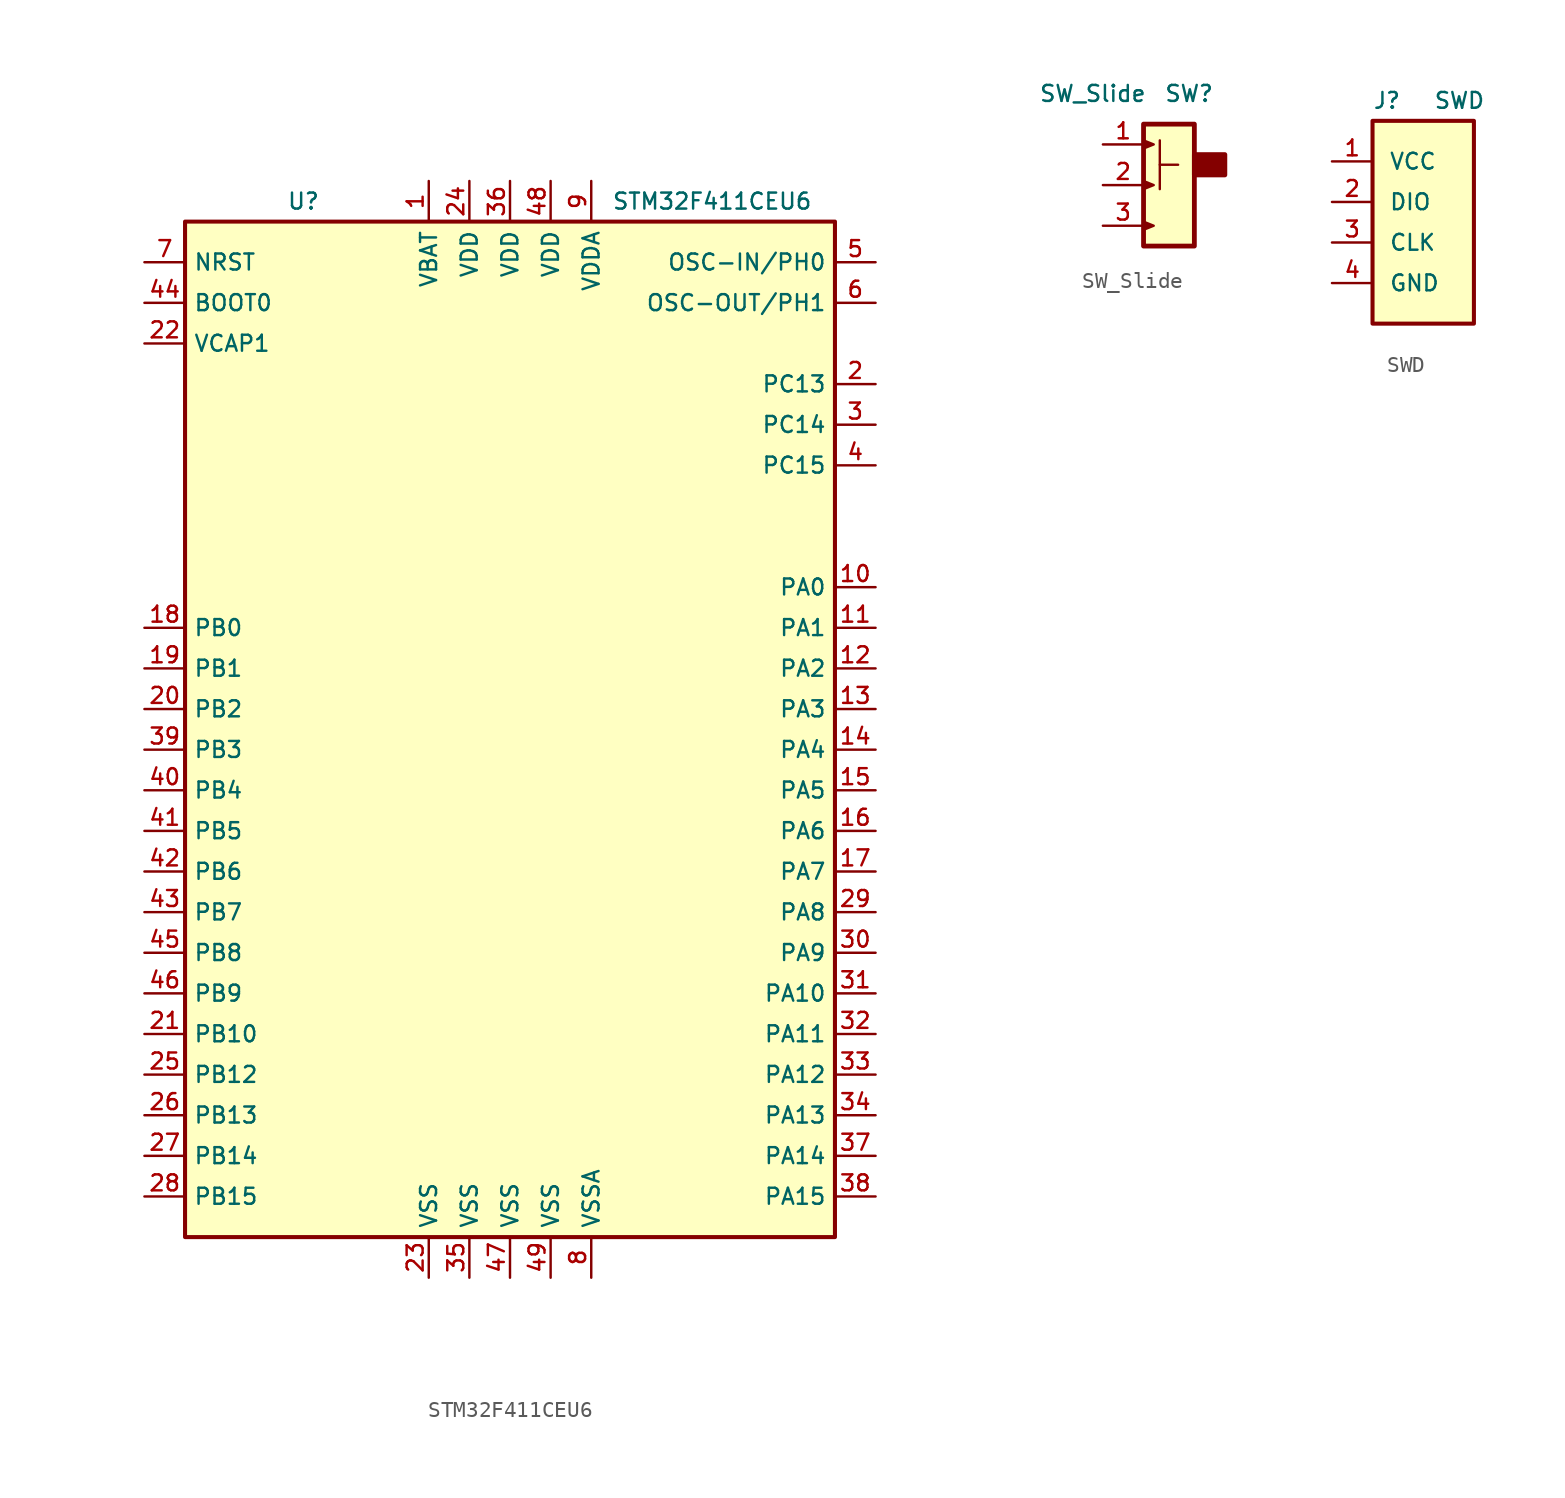
<source format=kicad_sym>
(kicad_symbol_lib
  (version 20201005)
  (generator kicad_symbol_editor)
  (symbol "HD_LibDB:STM32F411CEU6"
    (property "Reference" "U"
      (at -13.97 26.67 0)
      (effects (font (size 1 1)) (justify left)))
    (property "Value" "STM32F411CEU6"
      (at 6.35 26.67 0)
      (effects (font (size 1 1)) (justify left)))
    (symbol "STM32F411CEU6_0_1"
      (rectangle (start -20.32 25.4) (end 20.32 -38.1) (stroke (width 0.254)) (fill (type background))))
    (symbol "STM32F411CEU6_1_1"
      (pin input line (at -22.86 20.32 0) (length 2.54) (name "BOOT0" (effects (font (size 1 1)))) (number "44" (effects (font (size 1 1)))))
      (pin input line (at -22.86 22.86 0) (length 2.54) (name "NRST" (effects (font (size 1 1)))) (number "7" (effects (font (size 1 1)))))
      (pin bidirectional line (at 22.86 2.54 180) (length 2.54) (name "PA0" (effects (font (size 1 1)))) (number "10" (effects (font (size 1 1)))))
      (pin bidirectional line (at 22.86 0 180) (length 2.54) (name "PA1" (effects (font (size 1 1)))) (number "11" (effects (font (size 1 1)))))
      (pin bidirectional line (at 22.86 -22.86 180) (length 2.54) (name "PA10" (effects (font (size 1 1)))) (number "31" (effects (font (size 1 1)))))
      (pin bidirectional line (at 22.86 -25.4 180) (length 2.54) (name "PA11" (effects (font (size 1 1)))) (number "32" (effects (font (size 1 1)))))
      (pin bidirectional line (at 22.86 -27.94 180) (length 2.54) (name "PA12" (effects (font (size 1 1)))) (number "33" (effects (font (size 1 1)))))
      (pin bidirectional line (at 22.86 -30.48 180) (length 2.54) (name "PA13" (effects (font (size 1 1)))) (number "34" (effects (font (size 1 1)))))
      (pin bidirectional line (at 22.86 -33.02 180) (length 2.54) (name "PA14" (effects (font (size 1 1)))) (number "37" (effects (font (size 1 1)))))
      (pin bidirectional line (at 22.86 -35.56 180) (length 2.54) (name "PA15" (effects (font (size 1 1)))) (number "38" (effects (font (size 1 1)))))
      (pin bidirectional line (at 22.86 -2.54 180) (length 2.54) (name "PA2" (effects (font (size 1 1)))) (number "12" (effects (font (size 1 1)))))
      (pin bidirectional line (at 22.86 -5.08 180) (length 2.54) (name "PA3" (effects (font (size 1 1)))) (number "13" (effects (font (size 1 1)))))
      (pin bidirectional line (at 22.86 -7.62 180) (length 2.54) (name "PA4" (effects (font (size 1 1)))) (number "14" (effects (font (size 1 1)))))
      (pin bidirectional line (at 22.86 -10.16 180) (length 2.54) (name "PA5" (effects (font (size 1 1)))) (number "15" (effects (font (size 1 1)))))
      (pin bidirectional line (at 22.86 -12.7 180) (length 2.54) (name "PA6" (effects (font (size 1 1)))) (number "16" (effects (font (size 1 1)))))
      (pin bidirectional line (at 22.86 -15.24 180) (length 2.54) (name "PA7" (effects (font (size 1 1)))) (number "17" (effects (font (size 1 1)))))
      (pin bidirectional line (at 22.86 -17.78 180) (length 2.54) (name "PA8" (effects (font (size 1 1)))) (number "29" (effects (font (size 1 1)))))
      (pin bidirectional line (at 22.86 -20.32 180) (length 2.54) (name "PA9" (effects (font (size 1 1)))) (number "30" (effects (font (size 1 1)))))
      (pin bidirectional line (at -22.86 0 0) (length 2.54) (name "PB0" (effects (font (size 1 1)))) (number "18" (effects (font (size 1 1)))))
      (pin bidirectional line (at -22.86 -2.54 0) (length 2.54) (name "PB1" (effects (font (size 1 1)))) (number "19" (effects (font (size 1 1)))))
      (pin bidirectional line (at -22.86 -25.4 0) (length 2.54) (name "PB10" (effects (font (size 1 1)))) (number "21" (effects (font (size 1 1)))))
      (pin bidirectional line (at -22.86 -27.94 0) (length 2.54) (name "PB12" (effects (font (size 1 1)))) (number "25" (effects (font (size 1 1)))))
      (pin bidirectional line (at -22.86 -30.48 0) (length 2.54) (name "PB13" (effects (font (size 1 1)))) (number "26" (effects (font (size 1 1)))))
      (pin bidirectional line (at -22.86 -33.02 0) (length 2.54) (name "PB14" (effects (font (size 1 1)))) (number "27" (effects (font (size 1 1)))))
      (pin bidirectional line (at -22.86 -35.56 0) (length 2.54) (name "PB15" (effects (font (size 1 1)))) (number "28" (effects (font (size 1 1)))))
      (pin bidirectional line (at -22.86 -5.08 0) (length 2.54) (name "PB2" (effects (font (size 1 1)))) (number "20" (effects (font (size 1 1)))))
      (pin bidirectional line (at -22.86 -7.62 0) (length 2.54) (name "PB3" (effects (font (size 1 1)))) (number "39" (effects (font (size 1 1)))))
      (pin bidirectional line (at -22.86 -10.16 0) (length 2.54) (name "PB4" (effects (font (size 1 1)))) (number "40" (effects (font (size 1 1)))))
      (pin bidirectional line (at -22.86 -12.7 0) (length 2.54) (name "PB5" (effects (font (size 1 1)))) (number "41" (effects (font (size 1 1)))))
      (pin bidirectional line (at -22.86 -15.24 0) (length 2.54) (name "PB6" (effects (font (size 1 1)))) (number "42" (effects (font (size 1 1)))))
      (pin bidirectional line (at -22.86 -17.78 0) (length 2.54) (name "PB7" (effects (font (size 1 1)))) (number "43" (effects (font (size 1 1)))))
      (pin bidirectional line (at -22.86 -20.32 0) (length 2.54) (name "PB8" (effects (font (size 1 1)))) (number "45" (effects (font (size 1 1)))))
      (pin bidirectional line (at -22.86 -22.86 0) (length 2.54) (name "PB9" (effects (font (size 1 1)))) (number "46" (effects (font (size 1 1)))))
      (pin bidirectional line (at 22.86 15.24 180) (length 2.54) (name "PC13" (effects (font (size 1 1)))) (number "2" (effects (font (size 1 1)))))
      (pin bidirectional line (at 22.86 12.7 180) (length 2.54) (name "PC14" (effects (font (size 1 1)))) (number "3" (effects (font (size 1 1)))))
      (pin bidirectional line (at 22.86 10.16 180) (length 2.54) (name "PC15" (effects (font (size 1 1)))) (number "4" (effects (font (size 1 1)))))
      (pin input line (at 22.86 22.86 180) (length 2.54) (name "OSC-IN/PH0" (effects (font (size 1 1)))) (number "5" (effects (font (size 1 1)))))
      (pin input line (at 22.86 20.32 180) (length 2.54) (name "OSC-OUT/PH1" (effects (font (size 1 1)))) (number "6" (effects (font (size 1 1)))))
      (pin power_in line (at -5.08 27.94 270) (length 2.54) (name "VBAT" (effects (font (size 1 1)))) (number "1" (effects (font (size 1 1)))))
      (pin power_in line (at -22.86 17.78 0) (length 2.54) (name "VCAP1" (effects (font (size 1 1)))) (number "22" (effects (font (size 1 1)))))
      (pin power_in line (at -2.54 27.94 270) (length 2.54) (name "VDD" (effects (font (size 1 1)))) (number "24" (effects (font (size 1 1)))))
      (pin power_in line (at 0 27.94 270) (length 2.54) (name "VDD" (effects (font (size 1 1)))) (number "36" (effects (font (size 1 1)))))
      (pin power_in line (at 2.54 27.94 270) (length 2.54) (name "VDD" (effects (font (size 1 1)))) (number "48" (effects (font (size 1 1)))))
      (pin power_in line (at 5.08 27.94 270) (length 2.54) (name "VDDA" (effects (font (size 1 1)))) (number "9" (effects (font (size 1 1)))))
      (pin power_in line (at -5.08 -40.64 90) (length 2.54) (name "VSS" (effects (font (size 1 1)))) (number "23" (effects (font (size 1 1)))))
      (pin power_in line (at -2.54 -40.64 90) (length 2.54) (name "VSS" (effects (font (size 1 1)))) (number "35" (effects (font (size 1 1)))))
      (pin power_in line (at 0 -40.64 90) (length 2.54) (name "VSS" (effects (font (size 1 1)))) (number "47" (effects (font (size 1 1)))))
      (pin power_in line (at 2.54 -40.64 90) (length 2.54) (name "VSS" (effects (font (size 1 1)))) (number "49" (effects (font (size 1 1)))))
      (pin power_in line (at 5.08 -40.64 90) (length 2.54) (name "VSSA" (effects (font (size 1 1)))) (number "8" (effects (font (size 1 1)))))))
  (symbol "HD_LibDB:SW_Slide"
    (pin_names
      (offset 1.016) hide)
    (property "Reference" "SW"
      (at 0 5.715 0)
      (effects (font (size 1 1)) (justify left)))
    (property "Value" "SW_Slide"
      (at -4.445 5.715 0)
      (effects (font (size 1 1))))
    (symbol "SW_Slide_0_1"
      (rectangle (start 1.905 3.81) (end -1.27 -3.81) (stroke (width 0.3)) (fill (type background)))
      (rectangle (start 3.81 1.905) (end 1.905 0.635) (stroke (width 0.3)) (fill (type outline)))
      (polyline (pts (xy -0.254 1.27) (xy 0.889 1.27)) (stroke (width 0.15)) (fill (type none)))
      (polyline (pts (xy -0.254 2.794) (xy -0.254 -0.254)) (stroke (width 0.15)) (fill (type none)))
      (polyline (pts (xy -1.27 -2.54) (xy -0.635 -2.54) (xy -1.27 -2.286) (xy -1.27 -2.794) (xy -0.635 -2.54)) (stroke (width 0.15)) (fill (type outline)))
      (polyline (pts (xy -1.27 0) (xy -0.635 0) (xy -1.27 0.254) (xy -1.27 -0.254) (xy -0.635 0)) (stroke (width 0.15)) (fill (type outline)))
      (polyline (pts (xy -1.27 2.54) (xy -0.635 2.54) (xy -1.27 2.794) (xy -1.27 2.286) (xy -0.635 2.54)) (stroke (width 0.15)) (fill (type outline)))
      (pin passive line (at -3.81 2.54 0) (length 2.54) (name "1" (effects (font (size 1 1)))) (number "1" (effects (font (size 1 1)))))
      (pin passive line (at -3.81 -2.54 0) (length 2.54) (name "3" (effects (font (size 1 1)))) (number "3" (effects (font (size 1 1)))))
      (pin passive line (at -3.81 0 0) (length 2.54) (name "2" (effects (font (size 1 1)))) (number "2" (effects (font (size 1 1)))))))
  (symbol "HD_LibDB:SWD"
    (pin_names
      (offset 1.016))
    (property "Reference" "J"
      (at -2.54 8.89 0)
      (effects (font (size 0.991 0.991)) (justify left)))
    (property "Value" "SWD"
      (at 1.27 8.89 0)
      (effects (font (size 0.991 0.991)) (justify left)))
    (symbol "SWD_0_1"
      (rectangle (start -2.54 7.62) (end 3.81 -5.08) (stroke (width 0.254)) (fill (type background))))
    (symbol "SWD_1_1"
      (pin power_in line (at -5.08 5.08 0) (length 2.54) (name "VCC" (effects (font (size 0.991 0.991)))) (number "1" (effects (font (size 0.991 0.991)))))
      (pin bidirectional line (at -5.08 2.54 0) (length 2.54) (name "DIO" (effects (font (size 0.991 0.991)))) (number "2" (effects (font (size 0.991 0.991)))))
      (pin bidirectional line (at -5.08 0 0) (length 2.54) (name "CLK" (effects (font (size 0.991 0.991)))) (number "3" (effects (font (size 0.991 0.991)))))
      (pin power_in line (at -5.08 -2.54 0) (length 2.54) (name "GND" (effects (font (size 0.991 0.991)))) (number "4" (effects (font (size 0.991 0.991))))))))
</source>
